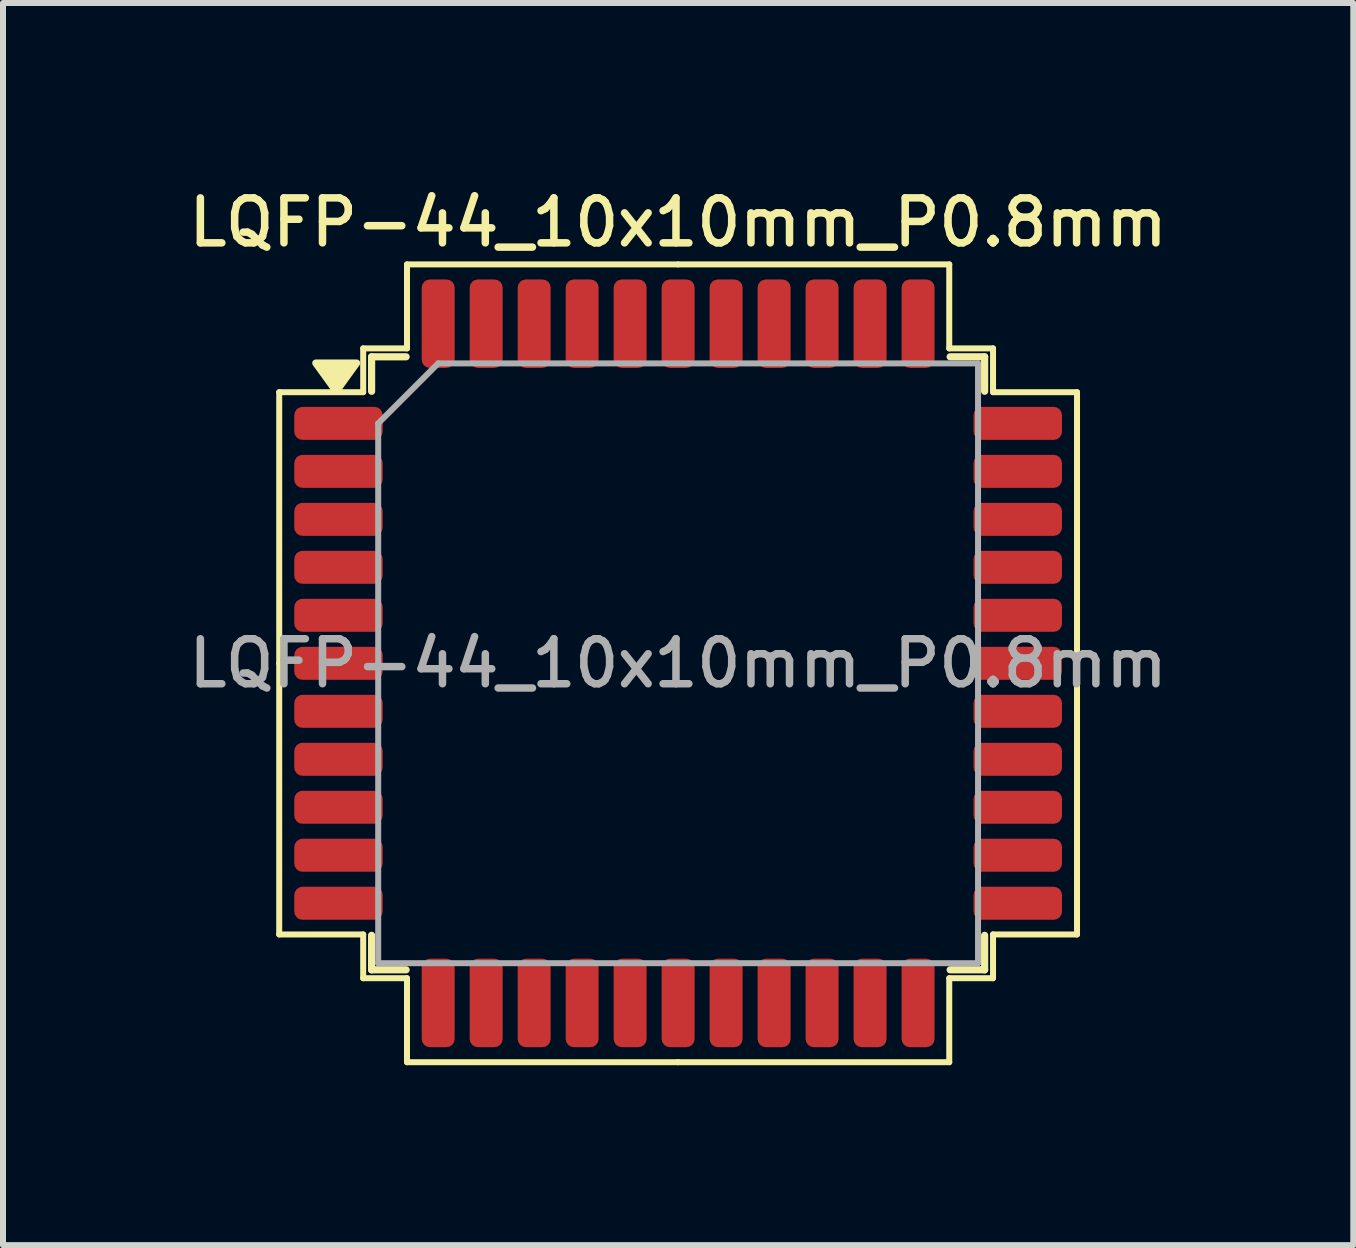
<source format=kicad_pcb>
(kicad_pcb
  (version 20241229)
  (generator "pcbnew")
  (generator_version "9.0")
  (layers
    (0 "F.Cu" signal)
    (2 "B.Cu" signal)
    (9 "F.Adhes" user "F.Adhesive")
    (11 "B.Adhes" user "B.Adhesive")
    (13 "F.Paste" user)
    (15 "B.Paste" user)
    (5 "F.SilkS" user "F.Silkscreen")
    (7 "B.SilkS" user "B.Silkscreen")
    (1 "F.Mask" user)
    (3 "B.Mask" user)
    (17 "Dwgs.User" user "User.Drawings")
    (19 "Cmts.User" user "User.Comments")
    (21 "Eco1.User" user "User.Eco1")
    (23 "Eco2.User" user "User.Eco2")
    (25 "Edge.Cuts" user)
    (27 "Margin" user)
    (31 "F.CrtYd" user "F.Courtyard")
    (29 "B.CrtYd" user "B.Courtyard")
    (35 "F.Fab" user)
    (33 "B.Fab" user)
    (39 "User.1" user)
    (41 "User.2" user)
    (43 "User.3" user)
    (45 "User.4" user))
  (footprint "LQFP-44_10x10mm_P0.8mm"
    (layer "F.Cu")
    (at 8.255 8.008)
    (property "Reference" "LQFP-44_10x10mm_P0.8mm" (at 0 -7.35 0) (layer "F.SilkS") (effects (font (size 0.75 0.75) (thickness 0.125))))
    (attr smd)
    (fp_line (start -6.65 -4.52) (end -6.65 0) (stroke (width 0.1) (type solid)) (layer "F.SilkS"))
    (fp_line (start -6.65 4.52) (end -6.65 0) (stroke (width 0.1) (type solid)) (layer "F.SilkS"))
    (fp_line (start -5.25 -5.25) (end -5.25 -4.52) (stroke (width 0.1) (type solid)) (layer "F.SilkS"))
    (fp_line (start -5.25 -4.52) (end -6.65 -4.52) (stroke (width 0.1) (type solid)) (layer "F.SilkS"))
    (fp_line (start -5.25 4.52) (end -6.65 4.52) (stroke (width 0.1) (type solid)) (layer "F.SilkS"))
    (fp_line (start -5.25 5.25) (end -5.25 4.52) (stroke (width 0.1) (type solid)) (layer "F.SilkS"))
    (fp_line (start -5.11 -5.11) (end -5.11 -4.535) (stroke (width 0.12) (type solid)) (layer "F.SilkS"))
    (fp_line (start -5.11 5.11) (end -5.11 4.535) (stroke (width 0.12) (type solid)) (layer "F.SilkS"))
    (fp_line (start -4.535 -5.11) (end -5.11 -5.11) (stroke (width 0.12) (type solid)) (layer "F.SilkS"))
    (fp_line (start -4.535 5.11) (end -5.11 5.11) (stroke (width 0.12) (type solid)) (layer "F.SilkS"))
    (fp_line (start -4.52 -6.65) (end -4.52 -5.25) (stroke (width 0.1) (type solid)) (layer "F.SilkS"))
    (fp_line (start -4.52 -5.25) (end -5.25 -5.25) (stroke (width 0.1) (type solid)) (layer "F.SilkS"))
    (fp_line (start -4.52 5.25) (end -5.25 5.25) (stroke (width 0.1) (type solid)) (layer "F.SilkS"))
    (fp_line (start -4.52 6.65) (end -4.52 5.25) (stroke (width 0.1) (type solid)) (layer "F.SilkS"))
    (fp_line (start 0 -6.65) (end -4.52 -6.65) (stroke (width 0.1) (type solid)) (layer "F.SilkS"))
    (fp_line (start 0 -6.65) (end 4.52 -6.65) (stroke (width 0.1) (type solid)) (layer "F.SilkS"))
    (fp_line (start 0 6.65) (end -4.52 6.65) (stroke (width 0.1) (type solid)) (layer "F.SilkS"))
    (fp_line (start 0 6.65) (end 4.52 6.65) (stroke (width 0.1) (type solid)) (layer "F.SilkS"))
    (fp_line (start 4.52 -6.65) (end 4.52 -5.25) (stroke (width 0.1) (type solid)) (layer "F.SilkS"))
    (fp_line (start 4.52 -5.25) (end 5.25 -5.25) (stroke (width 0.1) (type solid)) (layer "F.SilkS"))
    (fp_line (start 4.52 5.25) (end 5.25 5.25) (stroke (width 0.1) (type solid)) (layer "F.SilkS"))
    (fp_line (start 4.52 6.65) (end 4.52 5.25) (stroke (width 0.1) (type solid)) (layer "F.SilkS"))
    (fp_line (start 4.535 -5.11) (end 5.11 -5.11) (stroke (width 0.12) (type solid)) (layer "F.SilkS"))
    (fp_line (start 4.535 5.11) (end 5.11 5.11) (stroke (width 0.12) (type solid)) (layer "F.SilkS"))
    (fp_line (start 5.11 -5.11) (end 5.11 -4.535) (stroke (width 0.12) (type solid)) (layer "F.SilkS"))
    (fp_line (start 5.11 5.11) (end 5.11 4.535) (stroke (width 0.12) (type solid)) (layer "F.SilkS"))
    (fp_line (start 5.25 -5.25) (end 5.25 -4.52) (stroke (width 0.1) (type solid)) (layer "F.SilkS"))
    (fp_line (start 5.25 -4.52) (end 6.65 -4.52) (stroke (width 0.1) (type solid)) (layer "F.SilkS"))
    (fp_line (start 5.25 4.52) (end 6.65 4.52) (stroke (width 0.1) (type solid)) (layer "F.SilkS"))
    (fp_line (start 5.25 5.25) (end 5.25 4.52) (stroke (width 0.1) (type solid)) (layer "F.SilkS"))
    (fp_line (start 6.65 -4.52) (end 6.65 0) (stroke (width 0.1) (type solid)) (layer "F.SilkS"))
    (fp_line (start 6.65 4.52) (end 6.65 0) (stroke (width 0.1) (type solid)) (layer "F.SilkS"))
    (fp_poly (pts (xy -5.7 -4.535) (xy -6.04 -5.005) (xy -5.36 -5.005) (xy -5.7 -4.535)) (stroke (width 0.12) (type solid)) (fill yes) (layer "F.SilkS"))
    (fp_line (start -5 -4) (end -4 -5) (stroke (width 0.1) (type solid)) (layer "F.Fab"))
    (fp_line (start -5 5) (end -5 -4) (stroke (width 0.1) (type solid)) (layer "F.Fab"))
    (fp_line (start -4 -5) (end 5 -5) (stroke (width 0.1) (type solid)) (layer "F.Fab"))
    (fp_line (start 5 -5) (end 5 5) (stroke (width 0.1) (type solid)) (layer "F.Fab"))
    (fp_line (start 5 5) (end -5 5) (stroke (width 0.1) (type solid)) (layer "F.Fab"))
    (fp_text user "${REFERENCE}" (at 0 0 0) (layer "F.Fab") (effects (font (size 0.75 0.75) (thickness 0.125))))
    (pad "1" smd roundrect (at -5.662 -4) (size 1.475 0.55) (layers "F.Cu" "F.Mask" "F.Paste") (roundrect_rratio 0.25))
    (pad "2" smd roundrect (at -5.662 -3.2) (size 1.475 0.55) (layers "F.Cu" "F.Mask" "F.Paste") (roundrect_rratio 0.25))
    (pad "3" smd roundrect (at -5.662 -2.4) (size 1.475 0.55) (layers "F.Cu" "F.Mask" "F.Paste") (roundrect_rratio 0.25))
    (pad "4" smd roundrect (at -5.662 -1.6) (size 1.475 0.55) (layers "F.Cu" "F.Mask" "F.Paste") (roundrect_rratio 0.25))
    (pad "5" smd roundrect (at -5.662 -0.8) (size 1.475 0.55) (layers "F.Cu" "F.Mask" "F.Paste") (roundrect_rratio 0.25))
    (pad "6" smd roundrect (at -5.662 0) (size 1.475 0.55) (layers "F.Cu" "F.Mask" "F.Paste") (roundrect_rratio 0.25))
    (pad "7" smd roundrect (at -5.662 0.8) (size 1.475 0.55) (layers "F.Cu" "F.Mask" "F.Paste") (roundrect_rratio 0.25))
    (pad "8" smd roundrect (at -5.662 1.6) (size 1.475 0.55) (layers "F.Cu" "F.Mask" "F.Paste") (roundrect_rratio 0.25))
    (pad "9" smd roundrect (at -5.662 2.4) (size 1.475 0.55) (layers "F.Cu" "F.Mask" "F.Paste") (roundrect_rratio 0.25))
    (pad "10" smd roundrect (at -5.662 3.2) (size 1.475 0.55) (layers "F.Cu" "F.Mask" "F.Paste") (roundrect_rratio 0.25))
    (pad "11" smd roundrect (at -5.662 4) (size 1.475 0.55) (layers "F.Cu" "F.Mask" "F.Paste") (roundrect_rratio 0.25))
    (pad "12" smd roundrect (at -4 5.662) (size 0.55 1.475) (layers "F.Cu" "F.Mask" "F.Paste") (roundrect_rratio 0.25))
    (pad "13" smd roundrect (at -3.2 5.662) (size 0.55 1.475) (layers "F.Cu" "F.Mask" "F.Paste") (roundrect_rratio 0.25))
    (pad "14" smd roundrect (at -2.4 5.662) (size 0.55 1.475) (layers "F.Cu" "F.Mask" "F.Paste") (roundrect_rratio 0.25))
    (pad "15" smd roundrect (at -1.6 5.662) (size 0.55 1.475) (layers "F.Cu" "F.Mask" "F.Paste") (roundrect_rratio 0.25))
    (pad "16" smd roundrect (at -0.8 5.662) (size 0.55 1.475) (layers "F.Cu" "F.Mask" "F.Paste") (roundrect_rratio 0.25))
    (pad "17" smd roundrect (at 0 5.662) (size 0.55 1.475) (layers "F.Cu" "F.Mask" "F.Paste") (roundrect_rratio 0.25))
    (pad "18" smd roundrect (at 0.8 5.662) (size 0.55 1.475) (layers "F.Cu" "F.Mask" "F.Paste") (roundrect_rratio 0.25))
    (pad "19" smd roundrect (at 1.6 5.662) (size 0.55 1.475) (layers "F.Cu" "F.Mask" "F.Paste") (roundrect_rratio 0.25))
    (pad "20" smd roundrect (at 2.4 5.662) (size 0.55 1.475) (layers "F.Cu" "F.Mask" "F.Paste") (roundrect_rratio 0.25))
    (pad "21" smd roundrect (at 3.2 5.662) (size 0.55 1.475) (layers "F.Cu" "F.Mask" "F.Paste") (roundrect_rratio 0.25))
    (pad "22" smd roundrect (at 4 5.662) (size 0.55 1.475) (layers "F.Cu" "F.Mask" "F.Paste") (roundrect_rratio 0.25))
    (pad "23" smd roundrect (at 5.662 4) (size 1.475 0.55) (layers "F.Cu" "F.Mask" "F.Paste") (roundrect_rratio 0.25))
    (pad "24" smd roundrect (at 5.662 3.2) (size 1.475 0.55) (layers "F.Cu" "F.Mask" "F.Paste") (roundrect_rratio 0.25))
    (pad "25" smd roundrect (at 5.662 2.4) (size 1.475 0.55) (layers "F.Cu" "F.Mask" "F.Paste") (roundrect_rratio 0.25))
    (pad "26" smd roundrect (at 5.662 1.6) (size 1.475 0.55) (layers "F.Cu" "F.Mask" "F.Paste") (roundrect_rratio 0.25))
    (pad "27" smd roundrect (at 5.662 0.8) (size 1.475 0.55) (layers "F.Cu" "F.Mask" "F.Paste") (roundrect_rratio 0.25))
    (pad "28" smd roundrect (at 5.662 0) (size 1.475 0.55) (layers "F.Cu" "F.Mask" "F.Paste") (roundrect_rratio 0.25))
    (pad "29" smd roundrect (at 5.662 -0.8) (size 1.475 0.55) (layers "F.Cu" "F.Mask" "F.Paste") (roundrect_rratio 0.25))
    (pad "30" smd roundrect (at 5.662 -1.6) (size 1.475 0.55) (layers "F.Cu" "F.Mask" "F.Paste") (roundrect_rratio 0.25))
    (pad "31" smd roundrect (at 5.662 -2.4) (size 1.475 0.55) (layers "F.Cu" "F.Mask" "F.Paste") (roundrect_rratio 0.25))
    (pad "32" smd roundrect (at 5.662 -3.2) (size 1.475 0.55) (layers "F.Cu" "F.Mask" "F.Paste") (roundrect_rratio 0.25))
    (pad "33" smd roundrect (at 5.662 -4) (size 1.475 0.55) (layers "F.Cu" "F.Mask" "F.Paste") (roundrect_rratio 0.25))
    (pad "34" smd roundrect (at 4 -5.662) (size 0.55 1.475) (layers "F.Cu" "F.Mask" "F.Paste") (roundrect_rratio 0.25))
    (pad "35" smd roundrect (at 3.2 -5.662) (size 0.55 1.475) (layers "F.Cu" "F.Mask" "F.Paste") (roundrect_rratio 0.25))
    (pad "36" smd roundrect (at 2.4 -5.662) (size 0.55 1.475) (layers "F.Cu" "F.Mask" "F.Paste") (roundrect_rratio 0.25))
    (pad "37" smd roundrect (at 1.6 -5.662) (size 0.55 1.475) (layers "F.Cu" "F.Mask" "F.Paste") (roundrect_rratio 0.25))
    (pad "38" smd roundrect (at 0.8 -5.662) (size 0.55 1.475) (layers "F.Cu" "F.Mask" "F.Paste") (roundrect_rratio 0.25))
    (pad "39" smd roundrect (at 0 -5.662) (size 0.55 1.475) (layers "F.Cu" "F.Mask" "F.Paste") (roundrect_rratio 0.25))
    (pad "40" smd roundrect (at -0.8 -5.662) (size 0.55 1.475) (layers "F.Cu" "F.Mask" "F.Paste") (roundrect_rratio 0.25))
    (pad "41" smd roundrect (at -1.6 -5.662) (size 0.55 1.475) (layers "F.Cu" "F.Mask" "F.Paste") (roundrect_rratio 0.25))
    (pad "42" smd roundrect (at -2.4 -5.662) (size 0.55 1.475) (layers "F.Cu" "F.Mask" "F.Paste") (roundrect_rratio 0.25))
    (pad "43" smd roundrect (at -3.2 -5.662) (size 0.55 1.475) (layers "F.Cu" "F.Mask" "F.Paste") (roundrect_rratio 0.25))
    (pad "44" smd roundrect (at -4 -5.662) (size 0.55 1.475) (layers "F.Cu" "F.Mask" "F.Paste") (roundrect_rratio 0.25)))
  (gr_rect
    (start -3 -3)
    (end 19.511 17.708)
    (stroke (width 0.1) (type default))
    (fill no)
    (layer "Edge.Cuts")))
</source>
